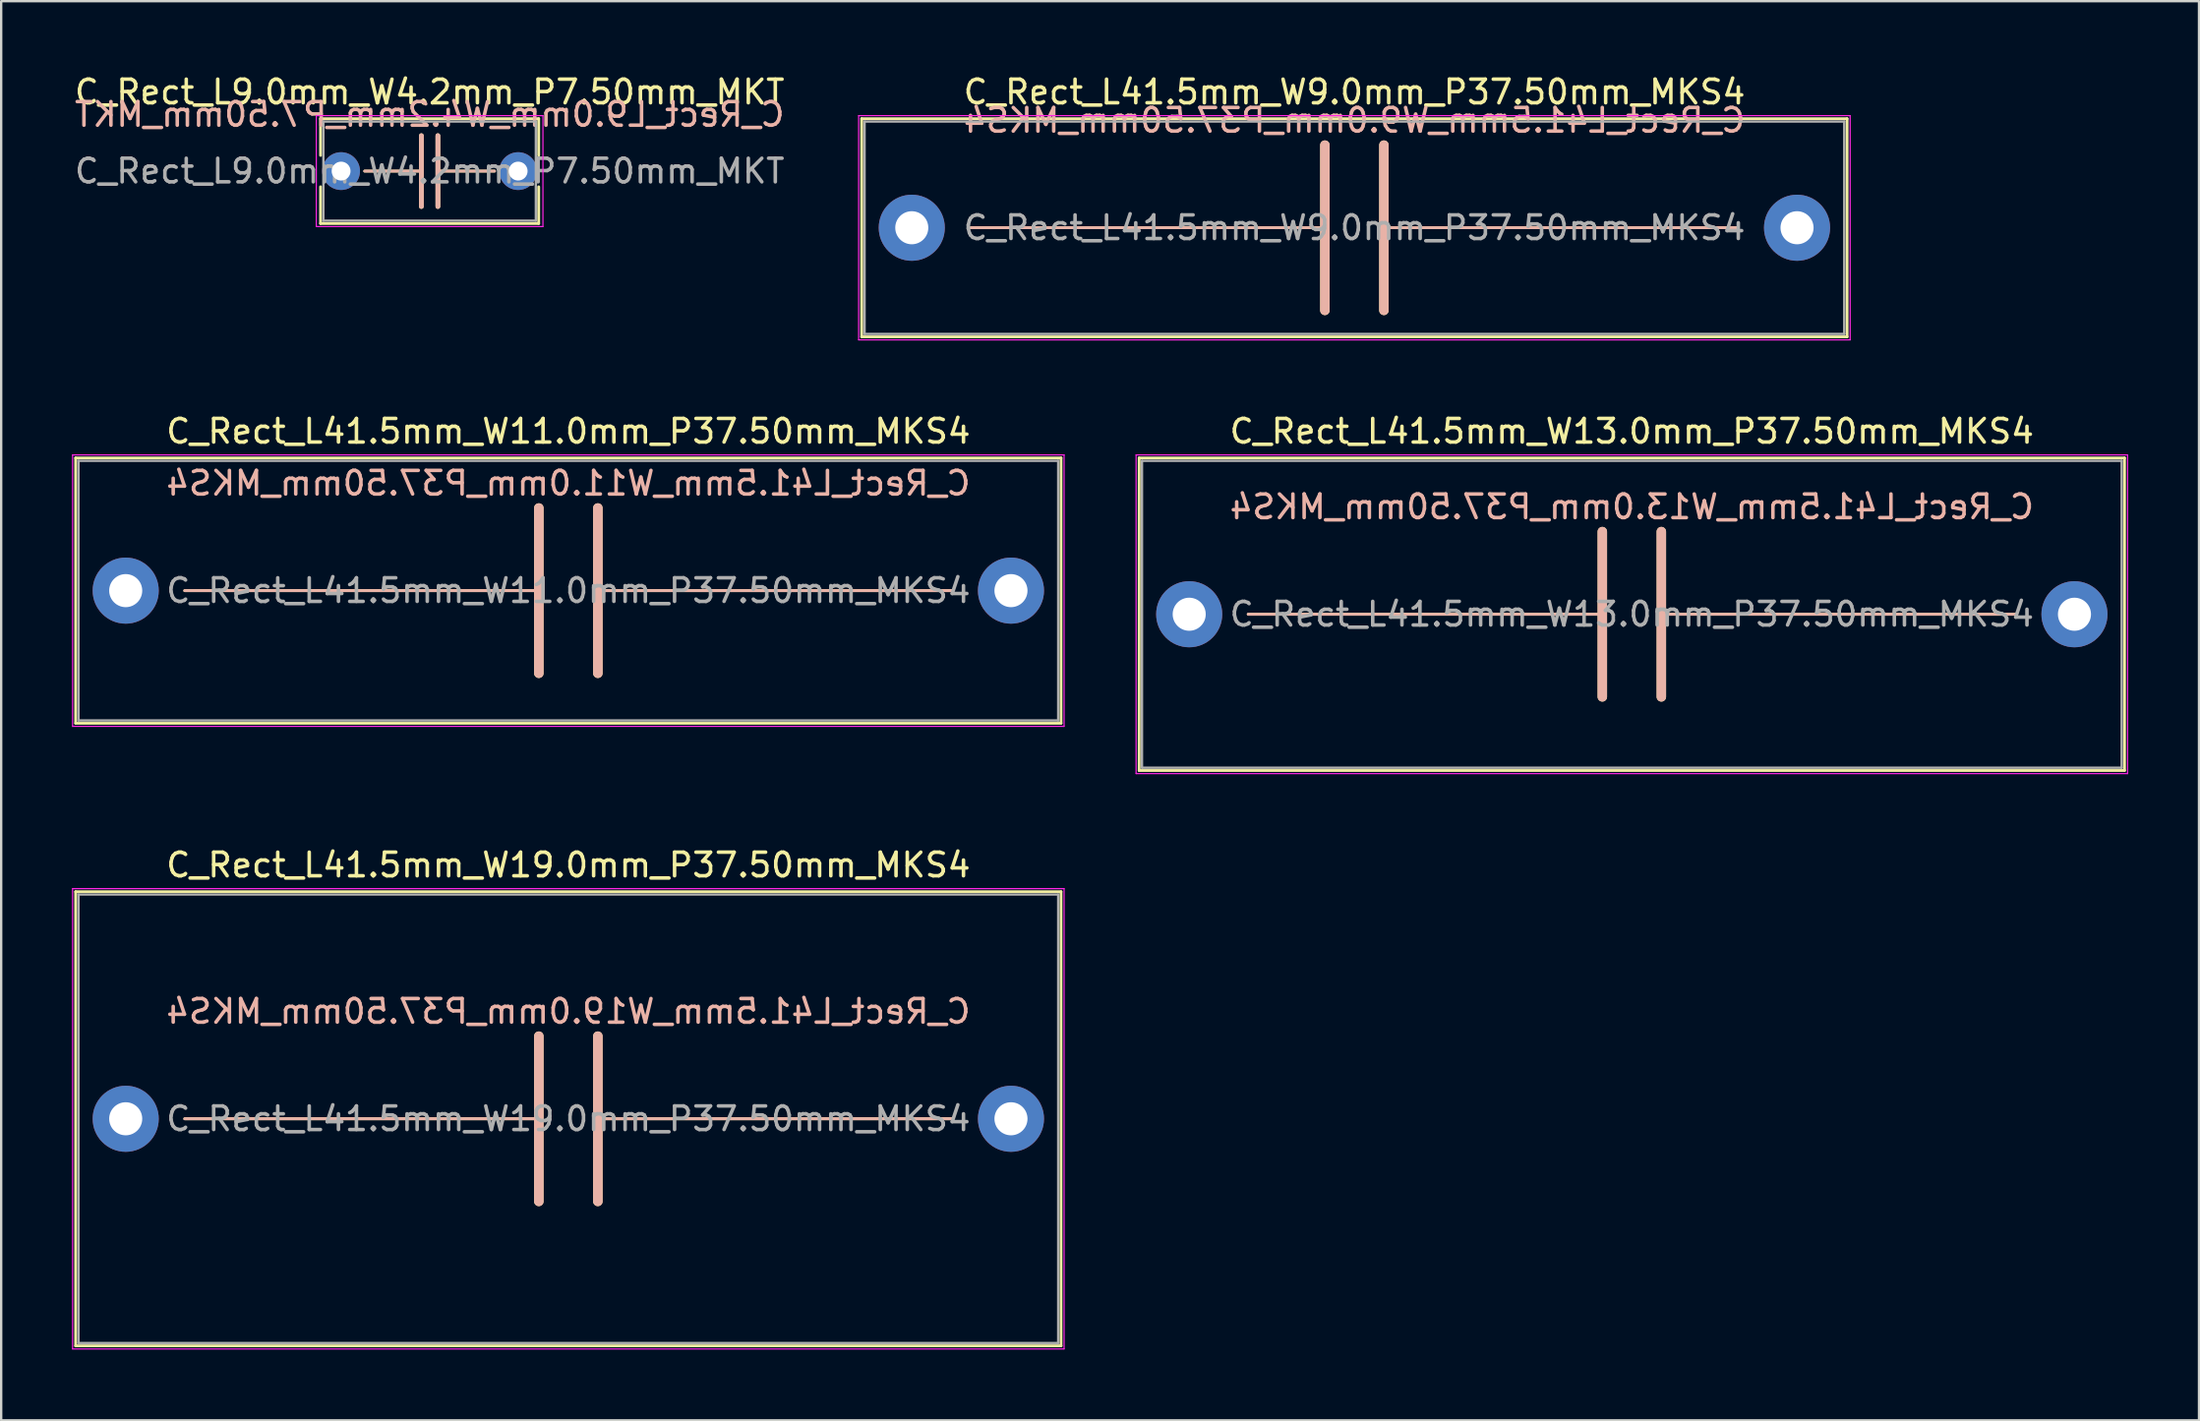
<source format=kicad_pcb>
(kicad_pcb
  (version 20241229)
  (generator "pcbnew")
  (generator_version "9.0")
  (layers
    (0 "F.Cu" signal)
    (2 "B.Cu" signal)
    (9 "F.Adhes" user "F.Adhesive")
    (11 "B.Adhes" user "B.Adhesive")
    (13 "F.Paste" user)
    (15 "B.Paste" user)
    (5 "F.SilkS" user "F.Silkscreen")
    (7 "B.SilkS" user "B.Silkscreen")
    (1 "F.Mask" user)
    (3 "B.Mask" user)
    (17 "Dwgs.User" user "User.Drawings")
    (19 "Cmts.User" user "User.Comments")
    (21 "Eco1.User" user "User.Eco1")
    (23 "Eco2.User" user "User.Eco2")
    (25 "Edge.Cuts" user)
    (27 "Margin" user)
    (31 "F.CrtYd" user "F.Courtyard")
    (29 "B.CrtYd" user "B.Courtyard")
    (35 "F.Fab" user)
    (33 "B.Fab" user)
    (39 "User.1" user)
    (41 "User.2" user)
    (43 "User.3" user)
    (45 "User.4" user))
  (footprint "C_Rect_L41.5mm_W9.0mm_P37.50mm_MKS4"
    (layer "F.Cu")
    (at 35.573 6.598)
    (property "Reference" "C_Rect_L41.5mm_W9.0mm_P37.50mm_MKS4" (at 18.75 -5.75 0) (layer "F.SilkS") (effects (font (size 1 1) (thickness 0.15))))
    (fp_line (start -2.12 -4.62) (end -2.12 4.62) (stroke (width 0.12) (type solid)) (layer "F.SilkS"))
    (fp_line (start -2.12 -4.62) (end 39.62 -4.62) (stroke (width 0.12) (type solid)) (layer "F.SilkS"))
    (fp_line (start -2.12 4.62) (end 39.62 4.62) (stroke (width 0.12) (type solid)) (layer "F.SilkS"))
    (fp_line (start 2.5 0) (end 17.5 0) (stroke (width 0.12) (type solid)) (layer "F.SilkS"))
    (fp_line (start 17.5 -3.5) (end 17.5 3.5) (stroke (width 0.4) (type solid)) (layer "F.SilkS"))
    (fp_line (start 20 -3.5) (end 20 3.5) (stroke (width 0.4) (type solid)) (layer "F.SilkS"))
    (fp_line (start 20 0) (end 35 0) (stroke (width 0.12) (type solid)) (layer "F.SilkS"))
    (fp_line (start 39.62 -4.62) (end 39.62 4.62) (stroke (width 0.12) (type solid)) (layer "F.SilkS"))
    (fp_line (start 2.5 0) (end 17.5 0) (stroke (width 0.12) (type solid)) (layer "B.SilkS"))
    (fp_line (start 17.5 3.5) (end 17.5 -3.5) (stroke (width 0.4) (type solid)) (layer "B.SilkS"))
    (fp_line (start 20 0) (end 35 0) (stroke (width 0.12) (type solid)) (layer "B.SilkS"))
    (fp_line (start 20 3.5) (end 20 -3.5) (stroke (width 0.4) (type solid)) (layer "B.SilkS"))
    (fp_line (start -2.25 -4.75) (end -2.25 4.75) (stroke (width 0.05) (type solid)) (layer "F.CrtYd"))
    (fp_line (start -2.25 4.75) (end 39.75 4.75) (stroke (width 0.05) (type solid)) (layer "F.CrtYd"))
    (fp_line (start 39.75 -4.75) (end -2.25 -4.75) (stroke (width 0.05) (type solid)) (layer "F.CrtYd"))
    (fp_line (start 39.75 4.75) (end 39.75 -4.75) (stroke (width 0.05) (type solid)) (layer "F.CrtYd"))
    (fp_line (start -2 -4.5) (end -2 4.5) (stroke (width 0.1) (type solid)) (layer "F.Fab"))
    (fp_line (start -2 4.5) (end 39.5 4.5) (stroke (width 0.1) (type solid)) (layer "F.Fab"))
    (fp_line (start 39.5 -4.5) (end -2 -4.5) (stroke (width 0.1) (type solid)) (layer "F.Fab"))
    (fp_line (start 39.5 4.5) (end 39.5 -4.5) (stroke (width 0.1) (type solid)) (layer "F.Fab"))
    (fp_text user "${REFERENCE}" (at 18.75 -4.55 0) (layer "B.SilkS") (effects (font (size 1 1) (thickness 0.15)) (justify mirror)))
    (fp_text user "${REFERENCE}" (at 18.75 0 0) (layer "F.Fab") (effects (font (size 1 1) (thickness 0.15))))
    (pad "1" thru_hole circle (at 0 0) (size 2.8 2.8) (drill 1.4) (layers "*.Cu" "*.Mask"))
    (pad "2" thru_hole circle (at 37.5 0) (size 2.8 2.8) (drill 1.4) (layers "*.Cu" "*.Mask")))
  (footprint "C_Rect_L41.5mm_W11.0mm_P37.50mm_MKS4"
    (layer "F.Cu")
    (at 2.275 21.971)
    (property "Reference" "C_Rect_L41.5mm_W11.0mm_P37.50mm_MKS4" (at 18.75 -6.75 0) (layer "F.SilkS") (effects (font (size 1 1) (thickness 0.15))))
    (fp_line (start -2.12 -5.62) (end -2.12 5.62) (stroke (width 0.12) (type solid)) (layer "F.SilkS"))
    (fp_line (start -2.12 -5.62) (end 39.62 -5.62) (stroke (width 0.12) (type solid)) (layer "F.SilkS"))
    (fp_line (start -2.12 5.62) (end 39.62 5.62) (stroke (width 0.12) (type solid)) (layer "F.SilkS"))
    (fp_line (start 2.5 0) (end 17.5 0) (stroke (width 0.12) (type solid)) (layer "F.SilkS"))
    (fp_line (start 17.5 -3.5) (end 17.5 3.5) (stroke (width 0.4) (type solid)) (layer "F.SilkS"))
    (fp_line (start 20 -3.5) (end 20 3.5) (stroke (width 0.4) (type solid)) (layer "F.SilkS"))
    (fp_line (start 20 0) (end 35 0) (stroke (width 0.12) (type solid)) (layer "F.SilkS"))
    (fp_line (start 39.62 -5.62) (end 39.62 5.62) (stroke (width 0.12) (type solid)) (layer "F.SilkS"))
    (fp_line (start 2.5 0) (end 17.5 0) (stroke (width 0.12) (type solid)) (layer "B.SilkS"))
    (fp_line (start 17.5 3.5) (end 17.5 -3.5) (stroke (width 0.4) (type solid)) (layer "B.SilkS"))
    (fp_line (start 20 0) (end 35 0) (stroke (width 0.12) (type solid)) (layer "B.SilkS"))
    (fp_line (start 20 3.5) (end 20 -3.5) (stroke (width 0.4) (type solid)) (layer "B.SilkS"))
    (fp_line (start -2.25 -5.75) (end -2.25 5.75) (stroke (width 0.05) (type solid)) (layer "F.CrtYd"))
    (fp_line (start -2.25 5.75) (end 39.75 5.75) (stroke (width 0.05) (type solid)) (layer "F.CrtYd"))
    (fp_line (start 39.75 -5.75) (end -2.25 -5.75) (stroke (width 0.05) (type solid)) (layer "F.CrtYd"))
    (fp_line (start 39.75 5.75) (end 39.75 -5.75) (stroke (width 0.05) (type solid)) (layer "F.CrtYd"))
    (fp_line (start -2 -5.5) (end -2 5.5) (stroke (width 0.1) (type solid)) (layer "F.Fab"))
    (fp_line (start -2 5.5) (end 39.5 5.5) (stroke (width 0.1) (type solid)) (layer "F.Fab"))
    (fp_line (start 39.5 -5.5) (end -2 -5.5) (stroke (width 0.1) (type solid)) (layer "F.Fab"))
    (fp_line (start 39.5 5.5) (end 39.5 -5.5) (stroke (width 0.1) (type solid)) (layer "F.Fab"))
    (fp_text user "${REFERENCE}" (at 18.75 -4.55 0) (layer "B.SilkS") (effects (font (size 1 1) (thickness 0.15)) (justify mirror)))
    (fp_text user "${REFERENCE}" (at 18.75 0 0) (layer "F.Fab") (effects (font (size 1 1) (thickness 0.15))))
    (pad "1" thru_hole circle (at 0 0) (size 2.8 2.8) (drill 1.4) (layers "*.Cu" "*.Mask"))
    (pad "2" thru_hole circle (at 37.5 0) (size 2.8 2.8) (drill 1.4) (layers "*.Cu" "*.Mask")))
  (footprint "C_Rect_L41.5mm_W13.0mm_P37.50mm_MKS4"
    (layer "F.Cu")
    (at 47.325 22.971)
    (property "Reference" "C_Rect_L41.5mm_W13.0mm_P37.50mm_MKS4" (at 18.75 -7.75 0) (layer "F.SilkS") (effects (font (size 1 1) (thickness 0.15))))
    (fp_line (start -2.12 -6.62) (end -2.12 6.62) (stroke (width 0.12) (type solid)) (layer "F.SilkS"))
    (fp_line (start -2.12 -6.62) (end 39.62 -6.62) (stroke (width 0.12) (type solid)) (layer "F.SilkS"))
    (fp_line (start -2.12 6.62) (end 39.62 6.62) (stroke (width 0.12) (type solid)) (layer "F.SilkS"))
    (fp_line (start 2.5 0) (end 17.5 0) (stroke (width 0.12) (type solid)) (layer "F.SilkS"))
    (fp_line (start 17.5 -3.5) (end 17.5 3.5) (stroke (width 0.4) (type solid)) (layer "F.SilkS"))
    (fp_line (start 20 -3.5) (end 20 3.5) (stroke (width 0.4) (type solid)) (layer "F.SilkS"))
    (fp_line (start 20 0) (end 35 0) (stroke (width 0.12) (type solid)) (layer "F.SilkS"))
    (fp_line (start 39.62 -6.62) (end 39.62 6.62) (stroke (width 0.12) (type solid)) (layer "F.SilkS"))
    (fp_line (start 2.5 0) (end 17.5 0) (stroke (width 0.12) (type solid)) (layer "B.SilkS"))
    (fp_line (start 17.5 3.5) (end 17.5 -3.5) (stroke (width 0.4) (type solid)) (layer "B.SilkS"))
    (fp_line (start 20 0) (end 35 0) (stroke (width 0.12) (type solid)) (layer "B.SilkS"))
    (fp_line (start 20 3.5) (end 20 -3.5) (stroke (width 0.4) (type solid)) (layer "B.SilkS"))
    (fp_line (start -2.25 -6.75) (end -2.25 6.75) (stroke (width 0.05) (type solid)) (layer "F.CrtYd"))
    (fp_line (start -2.25 6.75) (end 39.75 6.75) (stroke (width 0.05) (type solid)) (layer "F.CrtYd"))
    (fp_line (start 39.75 -6.75) (end -2.25 -6.75) (stroke (width 0.05) (type solid)) (layer "F.CrtYd"))
    (fp_line (start 39.75 6.75) (end 39.75 -6.75) (stroke (width 0.05) (type solid)) (layer "F.CrtYd"))
    (fp_line (start -2 -6.5) (end -2 6.5) (stroke (width 0.1) (type solid)) (layer "F.Fab"))
    (fp_line (start -2 6.5) (end 39.5 6.5) (stroke (width 0.1) (type solid)) (layer "F.Fab"))
    (fp_line (start 39.5 -6.5) (end -2 -6.5) (stroke (width 0.1) (type solid)) (layer "F.Fab"))
    (fp_line (start 39.5 6.5) (end 39.5 -6.5) (stroke (width 0.1) (type solid)) (layer "F.Fab"))
    (fp_text user "${REFERENCE}" (at 18.75 -4.55 0) (layer "B.SilkS") (effects (font (size 1 1) (thickness 0.15)) (justify mirror)))
    (fp_text user "${REFERENCE}" (at 18.75 0 0) (layer "F.Fab") (effects (font (size 1 1) (thickness 0.15))))
    (pad "1" thru_hole circle (at 0 0) (size 2.8 2.8) (drill 1.4) (layers "*.Cu" "*.Mask"))
    (pad "2" thru_hole circle (at 37.5 0) (size 2.8 2.8) (drill 1.4) (layers "*.Cu" "*.Mask")))
  (footprint "C_Rect_L41.5mm_W19.0mm_P37.50mm_MKS4"
    (layer "F.Cu")
    (at 2.275 44.345)
    (property "Reference" "C_Rect_L41.5mm_W19.0mm_P37.50mm_MKS4" (at 18.75 -10.75 0) (layer "F.SilkS") (effects (font (size 1 1) (thickness 0.15))))
    (fp_line (start -2.12 -9.62) (end -2.12 9.62) (stroke (width 0.12) (type solid)) (layer "F.SilkS"))
    (fp_line (start -2.12 -9.62) (end 39.62 -9.62) (stroke (width 0.12) (type solid)) (layer "F.SilkS"))
    (fp_line (start -2.12 9.62) (end 39.62 9.62) (stroke (width 0.12) (type solid)) (layer "F.SilkS"))
    (fp_line (start 2.5 0) (end 17.5 0) (stroke (width 0.12) (type solid)) (layer "F.SilkS"))
    (fp_line (start 17.5 -3.5) (end 17.5 3.5) (stroke (width 0.4) (type solid)) (layer "F.SilkS"))
    (fp_line (start 20 -3.5) (end 20 3.5) (stroke (width 0.4) (type solid)) (layer "F.SilkS"))
    (fp_line (start 20 0) (end 35 0) (stroke (width 0.12) (type solid)) (layer "F.SilkS"))
    (fp_line (start 39.62 -9.62) (end 39.62 9.62) (stroke (width 0.12) (type solid)) (layer "F.SilkS"))
    (fp_line (start 2.5 0) (end 17.5 0) (stroke (width 0.12) (type solid)) (layer "B.SilkS"))
    (fp_line (start 17.5 3.5) (end 17.5 -3.5) (stroke (width 0.4) (type solid)) (layer "B.SilkS"))
    (fp_line (start 20 0) (end 35 0) (stroke (width 0.12) (type solid)) (layer "B.SilkS"))
    (fp_line (start 20 3.5) (end 20 -3.5) (stroke (width 0.4) (type solid)) (layer "B.SilkS"))
    (fp_line (start -2.25 -9.75) (end -2.25 9.75) (stroke (width 0.05) (type solid)) (layer "F.CrtYd"))
    (fp_line (start -2.25 9.75) (end 39.75 9.75) (stroke (width 0.05) (type solid)) (layer "F.CrtYd"))
    (fp_line (start 39.75 -9.75) (end -2.25 -9.75) (stroke (width 0.05) (type solid)) (layer "F.CrtYd"))
    (fp_line (start 39.75 9.75) (end 39.75 -9.75) (stroke (width 0.05) (type solid)) (layer "F.CrtYd"))
    (fp_line (start -2 -9.5) (end -2 9.5) (stroke (width 0.1) (type solid)) (layer "F.Fab"))
    (fp_line (start -2 9.5) (end 39.5 9.5) (stroke (width 0.1) (type solid)) (layer "F.Fab"))
    (fp_line (start 39.5 -9.5) (end -2 -9.5) (stroke (width 0.1) (type solid)) (layer "F.Fab"))
    (fp_line (start 39.5 9.5) (end 39.5 -9.5) (stroke (width 0.1) (type solid)) (layer "F.Fab"))
    (fp_text user "${REFERENCE}" (at 18.75 -4.55 0) (layer "B.SilkS") (effects (font (size 1 1) (thickness 0.15)) (justify mirror)))
    (fp_text user "${REFERENCE}" (at 18.75 0 0) (layer "F.Fab") (effects (font (size 1 1) (thickness 0.15))))
    (pad "1" thru_hole circle (at 0 0) (size 2.8 2.8) (drill 1.4) (layers "*.Cu" "*.Mask"))
    (pad "2" thru_hole circle (at 37.5 0) (size 2.8 2.8) (drill 1.4) (layers "*.Cu" "*.Mask")))
  (footprint "C_Rect_L9.0mm_W4.2mm_P7.50mm_MKT"
    (layer "F.Cu")
    (at 11.399 4.198)
    (property "Reference" "C_Rect_L9.0mm_W4.2mm_P7.50mm_MKT" (at 3.75 -3.35 0) (layer "F.SilkS") (effects (font (size 1 1) (thickness 0.15))))
    (fp_line (start -0.87 -2.22) (end -0.87 -0.665) (stroke (width 0.12) (type solid)) (layer "F.SilkS"))
    (fp_line (start -0.87 -2.22) (end 8.37 -2.22) (stroke (width 0.12) (type solid)) (layer "F.SilkS"))
    (fp_line (start -0.87 0.665) (end -0.87 2.22) (stroke (width 0.12) (type solid)) (layer "F.SilkS"))
    (fp_line (start -0.87 2.22) (end 8.37 2.22) (stroke (width 0.12) (type solid)) (layer "F.SilkS"))
    (fp_line (start 1 0) (end 3.4 0) (stroke (width 0.12) (type solid)) (layer "F.SilkS"))
    (fp_line (start 3.4 -1.5) (end 3.4 1.5) (stroke (width 0.2) (type solid)) (layer "F.SilkS"))
    (fp_line (start 4.1 -1.5) (end 4.1 1.5) (stroke (width 0.2) (type solid)) (layer "F.SilkS"))
    (fp_line (start 4.1 0) (end 6.5 0) (stroke (width 0.12) (type solid)) (layer "F.SilkS"))
    (fp_line (start 8.37 -2.22) (end 8.37 -0.665) (stroke (width 0.12) (type solid)) (layer "F.SilkS"))
    (fp_line (start 8.37 0.665) (end 8.37 2.22) (stroke (width 0.12) (type solid)) (layer "F.SilkS"))
    (fp_line (start 1 0) (end 3.4 0) (stroke (width 0.12) (type solid)) (layer "B.SilkS"))
    (fp_line (start 3.4 1.5) (end 3.4 -1.5) (stroke (width 0.2) (type solid)) (layer "B.SilkS"))
    (fp_line (start 4.1 0) (end 6.5 0) (stroke (width 0.12) (type solid)) (layer "B.SilkS"))
    (fp_line (start 4.1 1.5) (end 4.1 -1.5) (stroke (width 0.2) (type solid)) (layer "B.SilkS"))
    (fp_line (start -1.05 -2.35) (end -1.05 2.35) (stroke (width 0.05) (type solid)) (layer "F.CrtYd"))
    (fp_line (start -1.05 2.35) (end 8.55 2.35) (stroke (width 0.05) (type solid)) (layer "F.CrtYd"))
    (fp_line (start 8.55 -2.35) (end -1.05 -2.35) (stroke (width 0.05) (type solid)) (layer "F.CrtYd"))
    (fp_line (start 8.55 2.35) (end 8.55 -2.35) (stroke (width 0.05) (type solid)) (layer "F.CrtYd"))
    (fp_line (start -0.75 -2.1) (end -0.75 2.1) (stroke (width 0.1) (type solid)) (layer "F.Fab"))
    (fp_line (start -0.75 2.1) (end 8.25 2.1) (stroke (width 0.1) (type solid)) (layer "F.Fab"))
    (fp_line (start 8.25 -2.1) (end -0.75 -2.1) (stroke (width 0.1) (type solid)) (layer "F.Fab"))
    (fp_line (start 8.25 2.1) (end 8.25 -2.1) (stroke (width 0.1) (type solid)) (layer "F.Fab"))
    (fp_text user "${REFERENCE}" (at 3.75 -2.4 0) (layer "B.SilkS") (effects (font (size 1 1) (thickness 0.15)) (justify mirror)))
    (fp_text user "${REFERENCE}" (at 3.75 0 0) (layer "F.Fab") (effects (font (size 1 1) (thickness 0.15))))
    (pad "1" thru_hole circle (at 0 0) (size 1.6 1.6) (drill 0.8) (layers "*.Cu" "*.Mask"))
    (pad "2" thru_hole circle (at 7.5 0) (size 1.6 1.6) (drill 0.8) (layers "*.Cu" "*.Mask")))
  (gr_rect
    (start -3 -3)
    (end 90.1 57.12)
    (stroke (width 0.1) (type default))
    (fill no)
    (layer "Edge.Cuts")))
</source>
